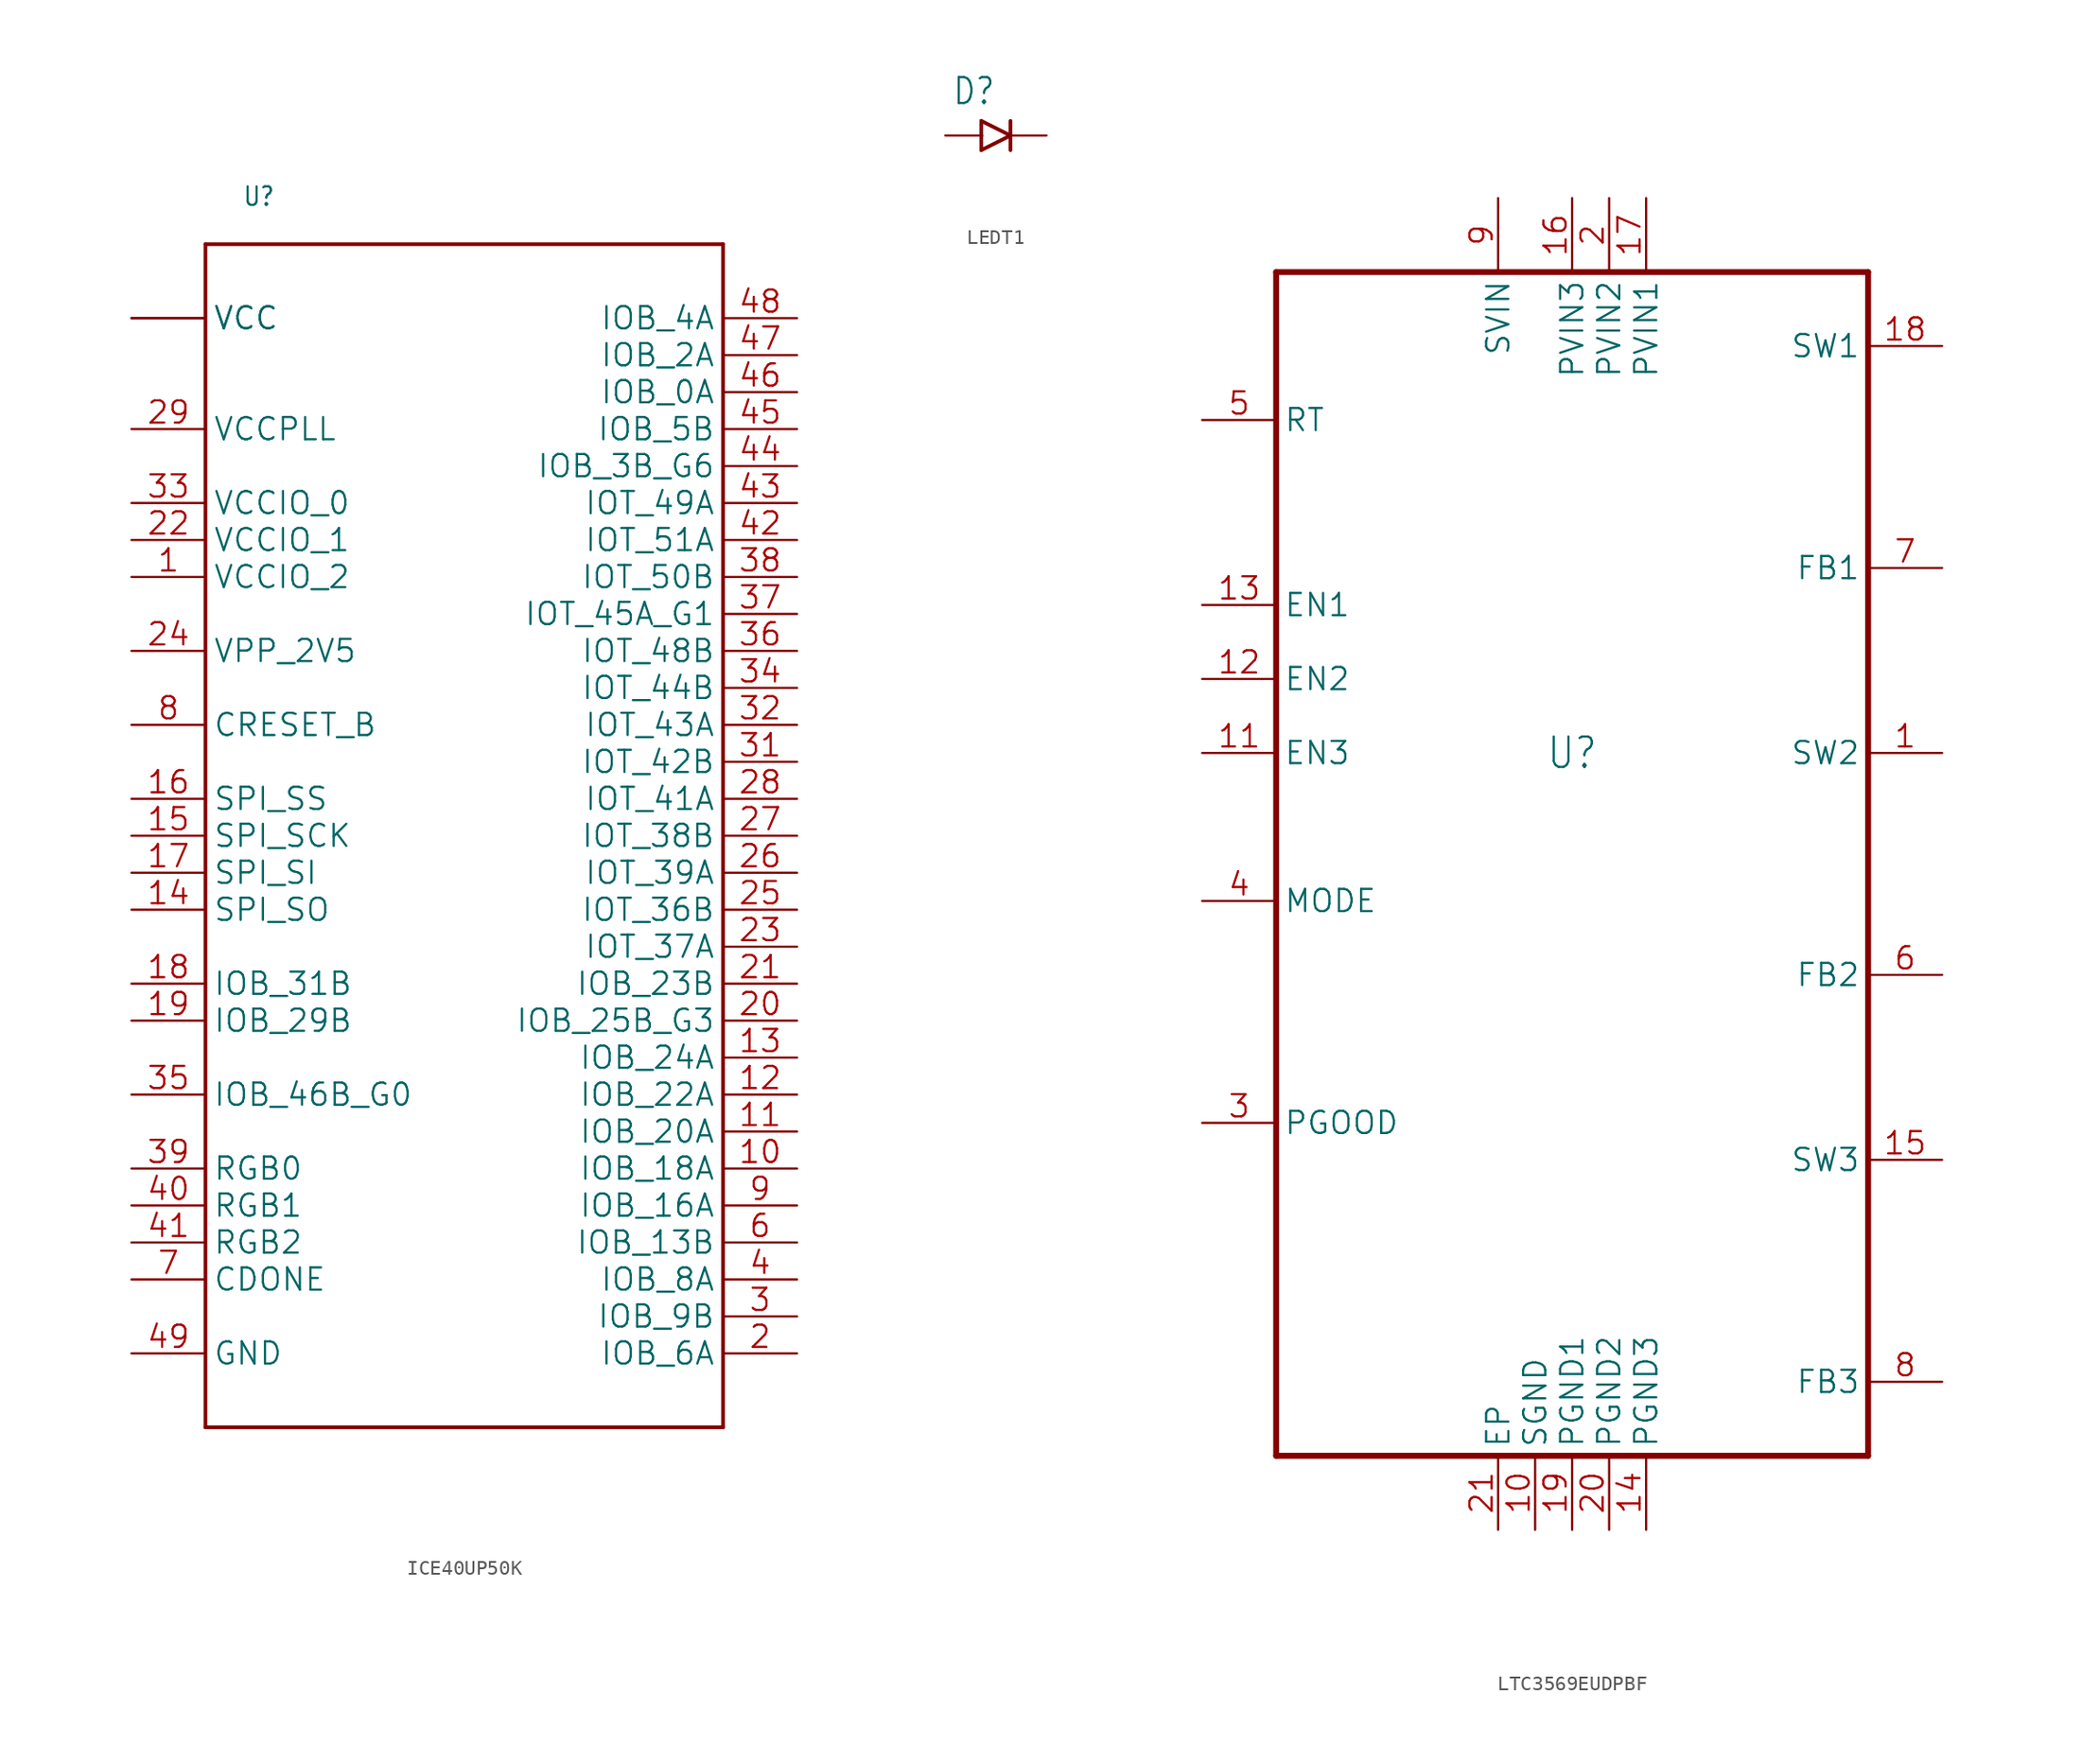
<source format=kicad_sym>
(kicad_symbol_lib
  (version 20241209)
  (generator "kicad_symbol_editor")
  (generator_version "9.0")
  (symbol "ICE40UP50K"
    (property "Reference" "U"
      (at -15.24 43.18 0)
      (effects (font (size 1.27 1.079)) (justify left bottom)))
    (property "Value" ""
      (at 15.24 43.18 0)
      (effects (font (size 1.27 1.079)) (justify right bottom)))
    (property "ki_locked" ""
      (at 0 0 0)
      (effects (font (size 1.27 1.27))))
    (symbol "ICE40UP50K_1_0"
      (polyline (pts (xy -17.78 40.64) (xy -17.78 -40.64)) (stroke (width 0.254) (type solid)) (fill (type none)))
      (polyline (pts (xy -17.78 -40.64) (xy 17.78 -40.64)) (stroke (width 0.254) (type solid)) (fill (type none)))
      (polyline (pts (xy 17.78 40.64) (xy -17.78 40.64)) (stroke (width 0.254) (type solid)) (fill (type none)))
      (polyline (pts (xy 17.78 -40.64) (xy 17.78 40.64)) (stroke (width 0.254) (type solid)) (fill (type none)))
      (pin bidirectional line (at -22.86 35.56 0) (length 5.08) (name "VCC" (effects (font (size 1.524 1.524)))) (number "30" (effects (font (size 0 0)))))
      (pin bidirectional line (at -22.86 35.56 0) (length 5.08) (name "VCC" (effects (font (size 1.524 1.524)))) (number "5" (effects (font (size 0 0)))))
      (pin bidirectional line (at -22.86 27.94 0) (length 5.08) (name "VCCPLL" (effects (font (size 1.524 1.524)))) (number "29" (effects (font (size 1.524 1.524)))))
      (pin bidirectional line (at -22.86 22.86 0) (length 5.08) (name "VCCIO_0" (effects (font (size 1.524 1.524)))) (number "33" (effects (font (size 1.524 1.524)))))
      (pin bidirectional line (at -22.86 20.32 0) (length 5.08) (name "VCCIO_1" (effects (font (size 1.524 1.524)))) (number "22" (effects (font (size 1.524 1.524)))))
      (pin bidirectional line (at -22.86 17.78 0) (length 5.08) (name "VCCIO_2" (effects (font (size 1.524 1.524)))) (number "1" (effects (font (size 1.524 1.524)))))
      (pin bidirectional line (at -22.86 12.7 0) (length 5.08) (name "VPP_2V5" (effects (font (size 1.524 1.524)))) (number "24" (effects (font (size 1.524 1.524)))))
      (pin bidirectional line (at -22.86 7.62 0) (length 5.08) (name "CRESET_B" (effects (font (size 1.524 1.524)))) (number "8" (effects (font (size 1.524 1.524)))))
      (pin bidirectional line (at -22.86 2.54 0) (length 5.08) (name "SPI_SS" (effects (font (size 1.524 1.524)))) (number "16" (effects (font (size 1.524 1.524)))))
      (pin bidirectional line (at -22.86 0 0) (length 5.08) (name "SPI_SCK" (effects (font (size 1.524 1.524)))) (number "15" (effects (font (size 1.524 1.524)))))
      (pin bidirectional line (at -22.86 -2.54 0) (length 5.08) (name "SPI_SI" (effects (font (size 1.524 1.524)))) (number "17" (effects (font (size 1.524 1.524)))))
      (pin bidirectional line (at -22.86 -5.08 0) (length 5.08) (name "SPI_SO" (effects (font (size 1.524 1.524)))) (number "14" (effects (font (size 1.524 1.524)))))
      (pin bidirectional line (at -22.86 -10.16 0) (length 5.08) (name "IOB_31B" (effects (font (size 1.524 1.524)))) (number "18" (effects (font (size 1.524 1.524)))))
      (pin bidirectional line (at -22.86 -12.7 0) (length 5.08) (name "IOB_29B" (effects (font (size 1.524 1.524)))) (number "19" (effects (font (size 1.524 1.524)))))
      (pin bidirectional line (at -22.86 -17.78 0) (length 5.08) (name "IOB_46B_G0" (effects (font (size 1.524 1.524)))) (number "35" (effects (font (size 1.524 1.524)))))
      (pin bidirectional line (at -22.86 -22.86 0) (length 5.08) (name "RGB0" (effects (font (size 1.524 1.524)))) (number "39" (effects (font (size 1.524 1.524)))))
      (pin bidirectional line (at -22.86 -25.4 0) (length 5.08) (name "RGB1" (effects (font (size 1.524 1.524)))) (number "40" (effects (font (size 1.524 1.524)))))
      (pin bidirectional line (at -22.86 -27.94 0) (length 5.08) (name "RGB2" (effects (font (size 1.524 1.524)))) (number "41" (effects (font (size 1.524 1.524)))))
      (pin bidirectional line (at -22.86 -30.48 0) (length 5.08) (name "CDONE" (effects (font (size 1.524 1.524)))) (number "7" (effects (font (size 1.524 1.524)))))
      (pin bidirectional line (at -22.86 -35.56 0) (length 5.08) (name "GND" (effects (font (size 1.524 1.524)))) (number "49" (effects (font (size 1.524 1.524)))))
      (pin bidirectional line (at 22.86 35.56 180) (length 5.08) (name "IOB_4A" (effects (font (size 1.524 1.524)))) (number "48" (effects (font (size 1.524 1.524)))))
      (pin bidirectional line (at 22.86 33.02 180) (length 5.08) (name "IOB_2A" (effects (font (size 1.524 1.524)))) (number "47" (effects (font (size 1.524 1.524)))))
      (pin bidirectional line (at 22.86 30.48 180) (length 5.08) (name "IOB_0A" (effects (font (size 1.524 1.524)))) (number "46" (effects (font (size 1.524 1.524)))))
      (pin bidirectional line (at 22.86 27.94 180) (length 5.08) (name "IOB_5B" (effects (font (size 1.524 1.524)))) (number "45" (effects (font (size 1.524 1.524)))))
      (pin bidirectional line (at 22.86 25.4 180) (length 5.08) (name "IOB_3B_G6" (effects (font (size 1.524 1.524)))) (number "44" (effects (font (size 1.524 1.524)))))
      (pin bidirectional line (at 22.86 22.86 180) (length 5.08) (name "IOT_49A" (effects (font (size 1.524 1.524)))) (number "43" (effects (font (size 1.524 1.524)))))
      (pin bidirectional line (at 22.86 20.32 180) (length 5.08) (name "IOT_51A" (effects (font (size 1.524 1.524)))) (number "42" (effects (font (size 1.524 1.524)))))
      (pin bidirectional line (at 22.86 17.78 180) (length 5.08) (name "IOT_50B" (effects (font (size 1.524 1.524)))) (number "38" (effects (font (size 1.524 1.524)))))
      (pin bidirectional line (at 22.86 15.24 180) (length 5.08) (name "IOT_45A_G1" (effects (font (size 1.524 1.524)))) (number "37" (effects (font (size 1.524 1.524)))))
      (pin bidirectional line (at 22.86 12.7 180) (length 5.08) (name "IOT_48B" (effects (font (size 1.524 1.524)))) (number "36" (effects (font (size 1.524 1.524)))))
      (pin bidirectional line (at 22.86 10.16 180) (length 5.08) (name "IOT_44B" (effects (font (size 1.524 1.524)))) (number "34" (effects (font (size 1.524 1.524)))))
      (pin bidirectional line (at 22.86 7.62 180) (length 5.08) (name "IOT_43A" (effects (font (size 1.524 1.524)))) (number "32" (effects (font (size 1.524 1.524)))))
      (pin bidirectional line (at 22.86 5.08 180) (length 5.08) (name "IOT_42B" (effects (font (size 1.524 1.524)))) (number "31" (effects (font (size 1.524 1.524)))))
      (pin bidirectional line (at 22.86 2.54 180) (length 5.08) (name "IOT_41A" (effects (font (size 1.524 1.524)))) (number "28" (effects (font (size 1.524 1.524)))))
      (pin bidirectional line (at 22.86 0 180) (length 5.08) (name "IOT_38B" (effects (font (size 1.524 1.524)))) (number "27" (effects (font (size 1.524 1.524)))))
      (pin bidirectional line (at 22.86 -2.54 180) (length 5.08) (name "IOT_39A" (effects (font (size 1.524 1.524)))) (number "26" (effects (font (size 1.524 1.524)))))
      (pin bidirectional line (at 22.86 -5.08 180) (length 5.08) (name "IOT_36B" (effects (font (size 1.524 1.524)))) (number "25" (effects (font (size 1.524 1.524)))))
      (pin bidirectional line (at 22.86 -7.62 180) (length 5.08) (name "IOT_37A" (effects (font (size 1.524 1.524)))) (number "23" (effects (font (size 1.524 1.524)))))
      (pin bidirectional line (at 22.86 -10.16 180) (length 5.08) (name "IOB_23B" (effects (font (size 1.524 1.524)))) (number "21" (effects (font (size 1.524 1.524)))))
      (pin bidirectional line (at 22.86 -12.7 180) (length 5.08) (name "IOB_25B_G3" (effects (font (size 1.524 1.524)))) (number "20" (effects (font (size 1.524 1.524)))))
      (pin bidirectional line (at 22.86 -15.24 180) (length 5.08) (name "IOB_24A" (effects (font (size 1.524 1.524)))) (number "13" (effects (font (size 1.524 1.524)))))
      (pin bidirectional line (at 22.86 -17.78 180) (length 5.08) (name "IOB_22A" (effects (font (size 1.524 1.524)))) (number "12" (effects (font (size 1.524 1.524)))))
      (pin bidirectional line (at 22.86 -20.32 180) (length 5.08) (name "IOB_20A" (effects (font (size 1.524 1.524)))) (number "11" (effects (font (size 1.524 1.524)))))
      (pin bidirectional line (at 22.86 -22.86 180) (length 5.08) (name "IOB_18A" (effects (font (size 1.524 1.524)))) (number "10" (effects (font (size 1.524 1.524)))))
      (pin bidirectional line (at 22.86 -25.4 180) (length 5.08) (name "IOB_16A" (effects (font (size 1.524 1.524)))) (number "9" (effects (font (size 1.524 1.524)))))
      (pin bidirectional line (at 22.86 -27.94 180) (length 5.08) (name "IOB_13B" (effects (font (size 1.524 1.524)))) (number "6" (effects (font (size 1.524 1.524)))))
      (pin bidirectional line (at 22.86 -30.48 180) (length 5.08) (name "IOB_8A" (effects (font (size 1.524 1.524)))) (number "4" (effects (font (size 1.524 1.524)))))
      (pin bidirectional line (at 22.86 -33.02 180) (length 5.08) (name "IOB_9B" (effects (font (size 1.524 1.524)))) (number "3" (effects (font (size 1.524 1.524)))))
      (pin bidirectional line (at 22.86 -35.56 180) (length 5.08) (name "IOB_6A" (effects (font (size 1.524 1.524)))) (number "2" (effects (font (size 1.524 1.524)))))))
  (symbol "LEDT1"
    (property "Reference" "D"
      (at -3 2 0)
      (effects (font (size 1.778 1.511)) (justify left bottom)))
    (property "Value" ""
      (at -3 -5 0)
      (effects (font (size 1.778 1.511)) (justify left bottom)))
    (property "ki_locked" ""
      (at 0 0 0)
      (effects (font (size 1.27 1.27))))
    (symbol "LEDT1_1_0"
      (polyline (pts (xy -1 1) (xy -1 -1)) (stroke (width 0.254) (type solid)) (fill (type none)))
      (polyline (pts (xy -1 -1) (xy 1 0)) (stroke (width 0.254) (type solid)) (fill (type none)))
      (polyline (pts (xy 1 1) (xy 1 0)) (stroke (width 0.254) (type solid)) (fill (type none)))
      (polyline (pts (xy 1 0) (xy -1 1)) (stroke (width 0.254) (type solid)) (fill (type none)))
      (polyline (pts (xy 1 0) (xy 1 -1)) (stroke (width 0.254) (type solid)) (fill (type none)))
      (pin bidirectional line (at -3.46 0 0) (length 2.54) (name "1" (effects (font (size 0 0)))) (number "1" (effects (font (size 0 0)))))
      (pin bidirectional line (at 3.46 0 180) (length 2.54) (name "2" (effects (font (size 0 0)))) (number "2" (effects (font (size 0 0)))))))
  (symbol "LTC3569EUDPBF"
    (property "Reference" "U"
      (at 0 2.54 0)
      (effects (font (size 2.086 1.773))))
    (property "Value" ""
      (at 0 -2.54 0)
      (effects (font (size 2.084 1.772))))
    (property "ki_locked" ""
      (at 0 0 0)
      (effects (font (size 1.27 1.27))))
    (symbol "LTC3569EUDPBF_1_0"
      (polyline (pts (xy -20.32 35.56) (xy -20.32 -45.72)) (stroke (width 0.406) (type solid)) (fill (type none)))
      (polyline (pts (xy -20.32 -45.72) (xy 20.32 -45.72)) (stroke (width 0.406) (type solid)) (fill (type none)))
      (polyline (pts (xy 20.32 35.56) (xy -20.32 35.56)) (stroke (width 0.406) (type solid)) (fill (type none)))
      (polyline (pts (xy 20.32 -45.72) (xy 20.32 35.56)) (stroke (width 0.406) (type solid)) (fill (type none)))
      (pin passive line (at -25.4 25.4 0) (length 5.08) (name "RT" (effects (font (size 1.524 1.524)))) (number "5" (effects (font (size 1.524 1.524)))))
      (pin input line (at -25.4 12.7 0) (length 5.08) (name "EN1" (effects (font (size 1.524 1.524)))) (number "13" (effects (font (size 1.524 1.524)))))
      (pin input line (at -25.4 7.62 0) (length 5.08) (name "EN2" (effects (font (size 1.524 1.524)))) (number "12" (effects (font (size 1.524 1.524)))))
      (pin input line (at -25.4 2.54 0) (length 5.08) (name "EN3" (effects (font (size 1.524 1.524)))) (number "11" (effects (font (size 1.524 1.524)))))
      (pin input line (at -25.4 -7.62 0) (length 5.08) (name "MODE" (effects (font (size 1.524 1.524)))) (number "4" (effects (font (size 1.524 1.524)))))
      (pin output line (at -25.4 -22.86 0) (length 5.08) (name "PGOOD" (effects (font (size 1.524 1.524)))) (number "3" (effects (font (size 1.524 1.524)))))
      (pin power_in line (at -5.08 40.64 270) (length 5.08) (name "SVIN" (effects (font (size 1.524 1.524)))) (number "9" (effects (font (size 1.524 1.524)))))
      (pin passive line (at -5.08 -50.8 90) (length 5.08) (name "EP" (effects (font (size 1.524 1.524)))) (number "21" (effects (font (size 1.524 1.524)))))
      (pin passive line (at -2.54 -50.8 90) (length 5.08) (name "SGND" (effects (font (size 1.524 1.524)))) (number "10" (effects (font (size 1.524 1.524)))))
      (pin power_in line (at 0 40.64 270) (length 5.08) (name "PVIN3" (effects (font (size 1.524 1.524)))) (number "16" (effects (font (size 1.524 1.524)))))
      (pin passive line (at 0 -50.8 90) (length 5.08) (name "PGND1" (effects (font (size 1.524 1.524)))) (number "19" (effects (font (size 1.524 1.524)))))
      (pin power_in line (at 2.54 40.64 270) (length 5.08) (name "PVIN2" (effects (font (size 1.524 1.524)))) (number "2" (effects (font (size 1.524 1.524)))))
      (pin passive line (at 2.54 -50.8 90) (length 5.08) (name "PGND2" (effects (font (size 1.524 1.524)))) (number "20" (effects (font (size 1.524 1.524)))))
      (pin power_in line (at 5.08 40.64 270) (length 5.08) (name "PVIN1" (effects (font (size 1.524 1.524)))) (number "17" (effects (font (size 1.524 1.524)))))
      (pin passive line (at 5.08 -50.8 90) (length 5.08) (name "PGND3" (effects (font (size 1.524 1.524)))) (number "14" (effects (font (size 1.524 1.524)))))
      (pin passive line (at 25.4 30.48 180) (length 5.08) (name "SW1" (effects (font (size 1.524 1.524)))) (number "18" (effects (font (size 1.524 1.524)))))
      (pin input line (at 25.4 15.24 180) (length 5.08) (name "FB1" (effects (font (size 1.524 1.524)))) (number "7" (effects (font (size 1.524 1.524)))))
      (pin passive line (at 25.4 2.54 180) (length 5.08) (name "SW2" (effects (font (size 1.524 1.524)))) (number "1" (effects (font (size 1.524 1.524)))))
      (pin input line (at 25.4 -12.7 180) (length 5.08) (name "FB2" (effects (font (size 1.524 1.524)))) (number "6" (effects (font (size 1.524 1.524)))))
      (pin passive line (at 25.4 -25.4 180) (length 5.08) (name "SW3" (effects (font (size 1.524 1.524)))) (number "15" (effects (font (size 1.524 1.524)))))
      (pin input line (at 25.4 -40.64 180) (length 5.08) (name "FB3" (effects (font (size 1.524 1.524)))) (number "8" (effects (font (size 1.524 1.524))))))))
</source>
